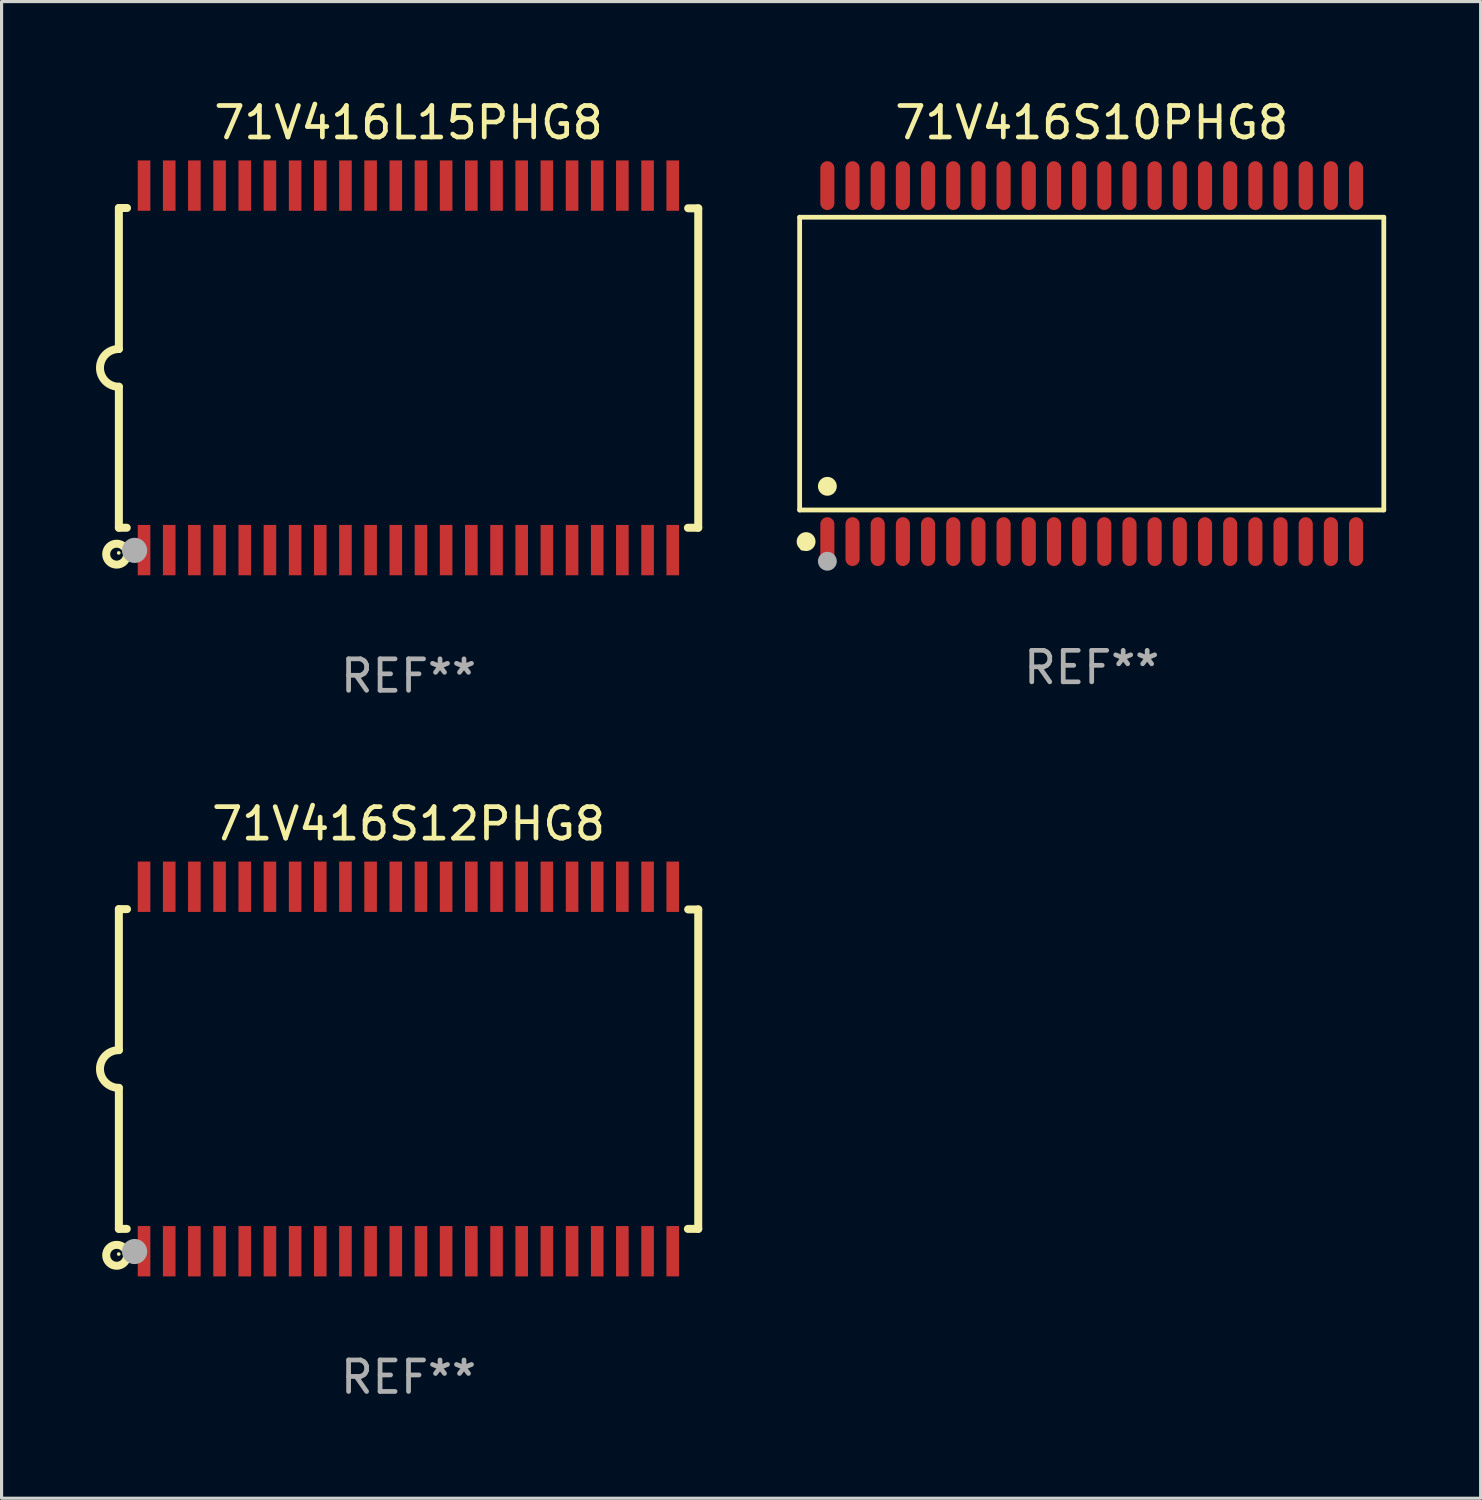
<source format=kicad_pcb>
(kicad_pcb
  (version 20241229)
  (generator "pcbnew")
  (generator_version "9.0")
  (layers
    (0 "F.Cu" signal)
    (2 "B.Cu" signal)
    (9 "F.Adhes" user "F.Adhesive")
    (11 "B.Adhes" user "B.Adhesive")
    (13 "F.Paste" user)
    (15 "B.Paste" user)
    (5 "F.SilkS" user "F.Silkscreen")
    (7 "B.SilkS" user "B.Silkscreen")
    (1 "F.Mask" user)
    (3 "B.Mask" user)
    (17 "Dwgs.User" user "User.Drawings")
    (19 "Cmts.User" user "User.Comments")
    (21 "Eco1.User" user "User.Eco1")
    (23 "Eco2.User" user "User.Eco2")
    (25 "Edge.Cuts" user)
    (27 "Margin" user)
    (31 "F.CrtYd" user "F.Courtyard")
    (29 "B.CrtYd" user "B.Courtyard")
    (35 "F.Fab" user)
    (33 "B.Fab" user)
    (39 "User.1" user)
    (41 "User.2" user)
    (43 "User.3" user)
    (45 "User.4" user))
  (footprint "71V416L15PHG8"
    (layer "F.Cu")
    (at 9.932 8.639)
    (property "Reference" "71V416L15PHG8" (at 0 -7.791 0) (layer "F.SilkS") (effects (font (size 1 1) (thickness 0.15))))
    (attr through_hole)
    (fp_line (start -9.205 -5.08) (end -9.205 -0.6) (stroke (width 0.254) (type solid)) (layer "F.SilkS"))
    (fp_line (start -9.205 5.08) (end -9.205 0.6) (stroke (width 0.254) (type solid)) (layer "F.SilkS"))
    (fp_line (start -8.955 5.08) (end -9.205 5.08) (stroke (width 0.254) (type solid)) (layer "F.SilkS"))
    (fp_line (start -8.945 -5.08) (end -9.205 -5.08) (stroke (width 0.254) (type solid)) (layer "F.SilkS"))
    (fp_line (start 8.885 -5.07) (end 9.205 -5.07) (stroke (width 0.254) (type solid)) (layer "F.SilkS"))
    (fp_line (start 9.205 -5.07) (end 9.205 5.08) (stroke (width 0.254) (type solid)) (layer "F.SilkS"))
    (fp_line (start 9.205 5.08) (end 8.875 5.08) (stroke (width 0.254) (type solid)) (layer "F.SilkS"))
    (fp_arc (start -9.204978 0.6) (mid -9.804623 0.000241) (end -9.204902 -0.599442) (stroke (width 0.254001) (type solid)) (layer "F.SilkS"))
    (fp_circle (center -9.275 5.92) (end -8.942 5.92) (stroke (width 0.254) (type solid)) (fill no) (layer "F.SilkS"))
    (fp_circle (center -9.21 5.88) (end -9.18 5.88) (stroke (width 0.06) (type solid)) (fill no) (layer "F.SilkS"))
    (fp_circle (center -8.705 5.8) (end -8.505 5.8) (stroke (width 0.4) (type solid)) (fill no) (layer "F.Fab"))
    (fp_text user "REF**" (at 0 9.791 0) (layer "F.Fab") (effects (font (size 1 1) (thickness 0.15))))
    (pad "1" smd rect (at -8.405 5.791) (size 0.4 1.6) (layers "F.Cu" "F.Mask" "F.Paste"))
    (pad "2" smd rect (at -7.605 5.791) (size 0.4 1.6) (layers "F.Cu" "F.Mask" "F.Paste"))
    (pad "3" smd rect (at -6.806 5.791) (size 0.4 1.6) (layers "F.Cu" "F.Mask" "F.Paste"))
    (pad "4" smd rect (at -6.005 5.791) (size 0.4 1.6) (layers "F.Cu" "F.Mask" "F.Paste"))
    (pad "5" smd rect (at -5.204 5.791) (size 0.4 1.6) (layers "F.Cu" "F.Mask" "F.Paste"))
    (pad "6" smd rect (at -4.405 5.791) (size 0.4 1.6) (layers "F.Cu" "F.Mask" "F.Paste"))
    (pad "7" smd rect (at -3.604 5.791) (size 0.4 1.6) (layers "F.Cu" "F.Mask" "F.Paste"))
    (pad "8" smd rect (at -2.805 5.791) (size 0.4 1.6) (layers "F.Cu" "F.Mask" "F.Paste"))
    (pad "9" smd rect (at -2.005 5.791) (size 0.4 1.6) (layers "F.Cu" "F.Mask" "F.Paste"))
    (pad "10" smd rect (at -1.206 5.791) (size 0.4 1.6) (layers "F.Cu" "F.Mask" "F.Paste"))
    (pad "11" smd rect (at -0.405 5.791) (size 0.4 1.6) (layers "F.Cu" "F.Mask" "F.Paste"))
    (pad "12" smd rect (at 0.395 5.791) (size 0.4 1.6) (layers "F.Cu" "F.Mask" "F.Paste"))
    (pad "13" smd rect (at 1.194 5.791) (size 0.4 1.6) (layers "F.Cu" "F.Mask" "F.Paste"))
    (pad "14" smd rect (at 1.995 5.791) (size 0.4 1.6) (layers "F.Cu" "F.Mask" "F.Paste"))
    (pad "15" smd rect (at 2.796 5.791) (size 0.4 1.6) (layers "F.Cu" "F.Mask" "F.Paste"))
    (pad "16" smd rect (at 3.595 5.791) (size 0.4 1.6) (layers "F.Cu" "F.Mask" "F.Paste"))
    (pad "17" smd rect (at 4.396 5.791) (size 0.4 1.6) (layers "F.Cu" "F.Mask" "F.Paste"))
    (pad "18" smd rect (at 5.196 5.791) (size 0.4 1.6) (layers "F.Cu" "F.Mask" "F.Paste"))
    (pad "19" smd rect (at 5.995 5.791) (size 0.4 1.6) (layers "F.Cu" "F.Mask" "F.Paste"))
    (pad "20" smd rect (at 6.794 5.791) (size 0.4 1.6) (layers "F.Cu" "F.Mask" "F.Paste"))
    (pad "21" smd rect (at 7.595 5.791) (size 0.4 1.6) (layers "F.Cu" "F.Mask" "F.Paste"))
    (pad "22" smd rect (at 8.395 5.791) (size 0.4 1.6) (layers "F.Cu" "F.Mask" "F.Paste"))
    (pad "23" smd rect (at 8.395 -5.791) (size 0.4 1.6) (layers "F.Cu" "F.Mask" "F.Paste"))
    (pad "24" smd rect (at 7.595 -5.791) (size 0.4 1.6) (layers "F.Cu" "F.Mask" "F.Paste"))
    (pad "25" smd rect (at 6.794 -5.791) (size 0.4 1.6) (layers "F.Cu" "F.Mask" "F.Paste"))
    (pad "26" smd rect (at 5.995 -5.791) (size 0.4 1.6) (layers "F.Cu" "F.Mask" "F.Paste"))
    (pad "27" smd rect (at 5.196 -5.791) (size 0.4 1.6) (layers "F.Cu" "F.Mask" "F.Paste"))
    (pad "28" smd rect (at 4.396 -5.791) (size 0.4 1.6) (layers "F.Cu" "F.Mask" "F.Paste"))
    (pad "29" smd rect (at 3.595 -5.791) (size 0.4 1.6) (layers "F.Cu" "F.Mask" "F.Paste"))
    (pad "30" smd rect (at 2.796 -5.791) (size 0.4 1.6) (layers "F.Cu" "F.Mask" "F.Paste"))
    (pad "31" smd rect (at 1.995 -5.791) (size 0.4 1.6) (layers "F.Cu" "F.Mask" "F.Paste"))
    (pad "32" smd rect (at 1.194 -5.791) (size 0.4 1.6) (layers "F.Cu" "F.Mask" "F.Paste"))
    (pad "33" smd rect (at 0.395 -5.791) (size 0.4 1.6) (layers "F.Cu" "F.Mask" "F.Paste"))
    (pad "34" smd rect (at -0.405 -5.791) (size 0.4 1.6) (layers "F.Cu" "F.Mask" "F.Paste"))
    (pad "35" smd rect (at -1.206 -5.791) (size 0.4 1.6) (layers "F.Cu" "F.Mask" "F.Paste"))
    (pad "36" smd rect (at -2.005 -5.791) (size 0.4 1.6) (layers "F.Cu" "F.Mask" "F.Paste"))
    (pad "37" smd rect (at -2.805 -5.791) (size 0.4 1.6) (layers "F.Cu" "F.Mask" "F.Paste"))
    (pad "38" smd rect (at -3.604 -5.791) (size 0.4 1.6) (layers "F.Cu" "F.Mask" "F.Paste"))
    (pad "39" smd rect (at -4.405 -5.791) (size 0.4 1.6) (layers "F.Cu" "F.Mask" "F.Paste"))
    (pad "40" smd rect (at -5.204 -5.791) (size 0.4 1.6) (layers "F.Cu" "F.Mask" "F.Paste"))
    (pad "41" smd rect (at -6.005 -5.791) (size 0.4 1.6) (layers "F.Cu" "F.Mask" "F.Paste"))
    (pad "42" smd rect (at -6.806 -5.791) (size 0.4 1.6) (layers "F.Cu" "F.Mask" "F.Paste"))
    (pad "43" smd rect (at -7.605 -5.791) (size 0.4 1.6) (layers "F.Cu" "F.Mask" "F.Paste"))
    (pad "44" smd rect (at -8.405 -5.791) (size 0.4 1.6) (layers "F.Cu" "F.Mask" "F.Paste")))
  (footprint "71V416S10PHG8"
    (layer "F.Cu")
    (at 31.64 8.504)
    (property "Reference" "71V416S10PHG8" (at 0 -7.656 0) (layer "F.SilkS") (effects (font (size 1 1) (thickness 0.15))))
    (attr through_hole)
    (fp_line (start -9.281 -4.651) (end 9.281 -4.651) (stroke (width 0.152) (type solid)) (layer "F.SilkS"))
    (fp_line (start -9.281 4.651) (end -9.281 -4.651) (stroke (width 0.152) (type solid)) (layer "F.SilkS"))
    (fp_line (start 9.281 -4.651) (end 9.281 4.651) (stroke (width 0.152) (type solid)) (layer "F.SilkS"))
    (fp_line (start 9.281 4.651) (end -9.281 4.651) (stroke (width 0.152) (type solid)) (layer "F.SilkS"))
    (fp_circle (center -9.205 5.88) (end -9.175 5.88) (stroke (width 0.06) (type solid)) (fill no) (layer "F.SilkS"))
    (fp_circle (center -9.076 5.656) (end -8.926 5.656) (stroke (width 0.3) (type solid)) (fill no) (layer "F.SilkS"))
    (fp_circle (center -8.4 3.899) (end -8.25 3.899) (stroke (width 0.3) (type solid)) (fill no) (layer "F.SilkS"))
    (fp_circle (center -8.4 6.28) (end -8.25 6.28) (stroke (width 0.3) (type solid)) (fill no) (layer "F.Fab"))
    (fp_text user "REF**" (at 0 9.656 0) (layer "F.Fab") (effects (font (size 1 1) (thickness 0.15))))
    (pad "1" smd oval (at -8.4 5.656) (size 0.448 1.551) (layers "F.Cu" "F.Mask" "F.Paste"))
    (pad "2" smd oval (at -7.6 5.656) (size 0.448 1.551) (layers "F.Cu" "F.Mask" "F.Paste"))
    (pad "3" smd oval (at -6.8 5.656) (size 0.448 1.551) (layers "F.Cu" "F.Mask" "F.Paste"))
    (pad "4" smd oval (at -6 5.656) (size 0.448 1.551) (layers "F.Cu" "F.Mask" "F.Paste"))
    (pad "5" smd oval (at -5.2 5.656) (size 0.448 1.551) (layers "F.Cu" "F.Mask" "F.Paste"))
    (pad "6" smd oval (at -4.4 5.656) (size 0.448 1.551) (layers "F.Cu" "F.Mask" "F.Paste"))
    (pad "7" smd oval (at -3.6 5.656) (size 0.448 1.551) (layers "F.Cu" "F.Mask" "F.Paste"))
    (pad "8" smd oval (at -2.8 5.656) (size 0.448 1.551) (layers "F.Cu" "F.Mask" "F.Paste"))
    (pad "9" smd oval (at -2 5.656) (size 0.448 1.551) (layers "F.Cu" "F.Mask" "F.Paste"))
    (pad "10" smd oval (at -1.2 5.656) (size 0.448 1.551) (layers "F.Cu" "F.Mask" "F.Paste"))
    (pad "11" smd oval (at -0.4 5.656) (size 0.448 1.551) (layers "F.Cu" "F.Mask" "F.Paste"))
    (pad "12" smd oval (at 0.4 5.656) (size 0.448 1.551) (layers "F.Cu" "F.Mask" "F.Paste"))
    (pad "13" smd oval (at 1.2 5.656) (size 0.448 1.551) (layers "F.Cu" "F.Mask" "F.Paste"))
    (pad "14" smd oval (at 2 5.656) (size 0.448 1.551) (layers "F.Cu" "F.Mask" "F.Paste"))
    (pad "15" smd oval (at 2.8 5.656) (size 0.448 1.551) (layers "F.Cu" "F.Mask" "F.Paste"))
    (pad "16" smd oval (at 3.6 5.656) (size 0.448 1.551) (layers "F.Cu" "F.Mask" "F.Paste"))
    (pad "17" smd oval (at 4.4 5.656) (size 0.448 1.551) (layers "F.Cu" "F.Mask" "F.Paste"))
    (pad "18" smd oval (at 5.2 5.656) (size 0.448 1.551) (layers "F.Cu" "F.Mask" "F.Paste"))
    (pad "19" smd oval (at 6 5.656) (size 0.448 1.551) (layers "F.Cu" "F.Mask" "F.Paste"))
    (pad "20" smd oval (at 6.8 5.656) (size 0.448 1.551) (layers "F.Cu" "F.Mask" "F.Paste"))
    (pad "21" smd oval (at 7.6 5.656) (size 0.448 1.551) (layers "F.Cu" "F.Mask" "F.Paste"))
    (pad "22" smd oval (at 8.4 5.656) (size 0.448 1.551) (layers "F.Cu" "F.Mask" "F.Paste"))
    (pad "23" smd oval (at 8.4 -5.656) (size 0.448 1.551) (layers "F.Cu" "F.Mask" "F.Paste"))
    (pad "24" smd oval (at 7.6 -5.656) (size 0.448 1.551) (layers "F.Cu" "F.Mask" "F.Paste"))
    (pad "25" smd oval (at 6.8 -5.656) (size 0.448 1.551) (layers "F.Cu" "F.Mask" "F.Paste"))
    (pad "26" smd oval (at 6 -5.656) (size 0.448 1.551) (layers "F.Cu" "F.Mask" "F.Paste"))
    (pad "27" smd oval (at 5.2 -5.656) (size 0.448 1.551) (layers "F.Cu" "F.Mask" "F.Paste"))
    (pad "28" smd oval (at 4.4 -5.656) (size 0.448 1.551) (layers "F.Cu" "F.Mask" "F.Paste"))
    (pad "29" smd oval (at 3.6 -5.656) (size 0.448 1.551) (layers "F.Cu" "F.Mask" "F.Paste"))
    (pad "30" smd oval (at 2.8 -5.656) (size 0.448 1.551) (layers "F.Cu" "F.Mask" "F.Paste"))
    (pad "31" smd oval (at 2 -5.656) (size 0.448 1.551) (layers "F.Cu" "F.Mask" "F.Paste"))
    (pad "32" smd oval (at 1.2 -5.656) (size 0.448 1.551) (layers "F.Cu" "F.Mask" "F.Paste"))
    (pad "33" smd oval (at 0.4 -5.656) (size 0.448 1.551) (layers "F.Cu" "F.Mask" "F.Paste"))
    (pad "34" smd oval (at -0.4 -5.656) (size 0.448 1.551) (layers "F.Cu" "F.Mask" "F.Paste"))
    (pad "35" smd oval (at -1.2 -5.656) (size 0.448 1.551) (layers "F.Cu" "F.Mask" "F.Paste"))
    (pad "36" smd oval (at -2 -5.656) (size 0.448 1.551) (layers "F.Cu" "F.Mask" "F.Paste"))
    (pad "37" smd oval (at -2.8 -5.656) (size 0.448 1.551) (layers "F.Cu" "F.Mask" "F.Paste"))
    (pad "38" smd oval (at -3.6 -5.656) (size 0.448 1.551) (layers "F.Cu" "F.Mask" "F.Paste"))
    (pad "39" smd oval (at -4.4 -5.656) (size 0.448 1.551) (layers "F.Cu" "F.Mask" "F.Paste"))
    (pad "40" smd oval (at -5.2 -5.656) (size 0.448 1.551) (layers "F.Cu" "F.Mask" "F.Paste"))
    (pad "41" smd oval (at -6 -5.656) (size 0.448 1.551) (layers "F.Cu" "F.Mask" "F.Paste"))
    (pad "42" smd oval (at -6.8 -5.656) (size 0.448 1.551) (layers "F.Cu" "F.Mask" "F.Paste"))
    (pad "43" smd oval (at -7.6 -5.656) (size 0.448 1.551) (layers "F.Cu" "F.Mask" "F.Paste"))
    (pad "44" smd oval (at -8.4 -5.656) (size 0.448 1.551) (layers "F.Cu" "F.Mask" "F.Paste")))
  (footprint "71V416S12PHG8"
    (layer "F.Cu")
    (at 9.932 30.918)
    (property "Reference" "71V416S12PHG8" (at 0 -7.791 0) (layer "F.SilkS") (effects (font (size 1 1) (thickness 0.15))))
    (attr through_hole)
    (fp_line (start -9.205 -5.08) (end -9.205 -0.6) (stroke (width 0.254) (type solid)) (layer "F.SilkS"))
    (fp_line (start -9.205 5.08) (end -9.205 0.6) (stroke (width 0.254) (type solid)) (layer "F.SilkS"))
    (fp_line (start -8.955 5.08) (end -9.205 5.08) (stroke (width 0.254) (type solid)) (layer "F.SilkS"))
    (fp_line (start -8.945 -5.08) (end -9.205 -5.08) (stroke (width 0.254) (type solid)) (layer "F.SilkS"))
    (fp_line (start 8.885 -5.07) (end 9.205 -5.07) (stroke (width 0.254) (type solid)) (layer "F.SilkS"))
    (fp_line (start 9.205 -5.07) (end 9.205 5.08) (stroke (width 0.254) (type solid)) (layer "F.SilkS"))
    (fp_line (start 9.205 5.08) (end 8.875 5.08) (stroke (width 0.254) (type solid)) (layer "F.SilkS"))
    (fp_arc (start -9.204978 0.6) (mid -9.804623 0.000241) (end -9.204902 -0.599442) (stroke (width 0.254001) (type solid)) (layer "F.SilkS"))
    (fp_circle (center -9.275 5.92) (end -8.942 5.92) (stroke (width 0.254) (type solid)) (fill no) (layer "F.SilkS"))
    (fp_circle (center -9.21 5.88) (end -9.18 5.88) (stroke (width 0.06) (type solid)) (fill no) (layer "F.SilkS"))
    (fp_circle (center -8.705 5.8) (end -8.505 5.8) (stroke (width 0.4) (type solid)) (fill no) (layer "F.Fab"))
    (fp_text user "REF**" (at 0 9.791 0) (layer "F.Fab") (effects (font (size 1 1) (thickness 0.15))))
    (pad "1" smd rect (at -8.405 5.791) (size 0.4 1.6) (layers "F.Cu" "F.Mask" "F.Paste"))
    (pad "2" smd rect (at -7.605 5.791) (size 0.4 1.6) (layers "F.Cu" "F.Mask" "F.Paste"))
    (pad "3" smd rect (at -6.806 5.791) (size 0.4 1.6) (layers "F.Cu" "F.Mask" "F.Paste"))
    (pad "4" smd rect (at -6.005 5.791) (size 0.4 1.6) (layers "F.Cu" "F.Mask" "F.Paste"))
    (pad "5" smd rect (at -5.204 5.791) (size 0.4 1.6) (layers "F.Cu" "F.Mask" "F.Paste"))
    (pad "6" smd rect (at -4.405 5.791) (size 0.4 1.6) (layers "F.Cu" "F.Mask" "F.Paste"))
    (pad "7" smd rect (at -3.604 5.791) (size 0.4 1.6) (layers "F.Cu" "F.Mask" "F.Paste"))
    (pad "8" smd rect (at -2.805 5.791) (size 0.4 1.6) (layers "F.Cu" "F.Mask" "F.Paste"))
    (pad "9" smd rect (at -2.005 5.791) (size 0.4 1.6) (layers "F.Cu" "F.Mask" "F.Paste"))
    (pad "10" smd rect (at -1.206 5.791) (size 0.4 1.6) (layers "F.Cu" "F.Mask" "F.Paste"))
    (pad "11" smd rect (at -0.405 5.791) (size 0.4 1.6) (layers "F.Cu" "F.Mask" "F.Paste"))
    (pad "12" smd rect (at 0.395 5.791) (size 0.4 1.6) (layers "F.Cu" "F.Mask" "F.Paste"))
    (pad "13" smd rect (at 1.194 5.791) (size 0.4 1.6) (layers "F.Cu" "F.Mask" "F.Paste"))
    (pad "14" smd rect (at 1.995 5.791) (size 0.4 1.6) (layers "F.Cu" "F.Mask" "F.Paste"))
    (pad "15" smd rect (at 2.796 5.791) (size 0.4 1.6) (layers "F.Cu" "F.Mask" "F.Paste"))
    (pad "16" smd rect (at 3.595 5.791) (size 0.4 1.6) (layers "F.Cu" "F.Mask" "F.Paste"))
    (pad "17" smd rect (at 4.396 5.791) (size 0.4 1.6) (layers "F.Cu" "F.Mask" "F.Paste"))
    (pad "18" smd rect (at 5.196 5.791) (size 0.4 1.6) (layers "F.Cu" "F.Mask" "F.Paste"))
    (pad "19" smd rect (at 5.995 5.791) (size 0.4 1.6) (layers "F.Cu" "F.Mask" "F.Paste"))
    (pad "20" smd rect (at 6.794 5.791) (size 0.4 1.6) (layers "F.Cu" "F.Mask" "F.Paste"))
    (pad "21" smd rect (at 7.595 5.791) (size 0.4 1.6) (layers "F.Cu" "F.Mask" "F.Paste"))
    (pad "22" smd rect (at 8.395 5.791) (size 0.4 1.6) (layers "F.Cu" "F.Mask" "F.Paste"))
    (pad "23" smd rect (at 8.395 -5.791) (size 0.4 1.6) (layers "F.Cu" "F.Mask" "F.Paste"))
    (pad "24" smd rect (at 7.595 -5.791) (size 0.4 1.6) (layers "F.Cu" "F.Mask" "F.Paste"))
    (pad "25" smd rect (at 6.794 -5.791) (size 0.4 1.6) (layers "F.Cu" "F.Mask" "F.Paste"))
    (pad "26" smd rect (at 5.995 -5.791) (size 0.4 1.6) (layers "F.Cu" "F.Mask" "F.Paste"))
    (pad "27" smd rect (at 5.196 -5.791) (size 0.4 1.6) (layers "F.Cu" "F.Mask" "F.Paste"))
    (pad "28" smd rect (at 4.396 -5.791) (size 0.4 1.6) (layers "F.Cu" "F.Mask" "F.Paste"))
    (pad "29" smd rect (at 3.595 -5.791) (size 0.4 1.6) (layers "F.Cu" "F.Mask" "F.Paste"))
    (pad "30" smd rect (at 2.796 -5.791) (size 0.4 1.6) (layers "F.Cu" "F.Mask" "F.Paste"))
    (pad "31" smd rect (at 1.995 -5.791) (size 0.4 1.6) (layers "F.Cu" "F.Mask" "F.Paste"))
    (pad "32" smd rect (at 1.194 -5.791) (size 0.4 1.6) (layers "F.Cu" "F.Mask" "F.Paste"))
    (pad "33" smd rect (at 0.395 -5.791) (size 0.4 1.6) (layers "F.Cu" "F.Mask" "F.Paste"))
    (pad "34" smd rect (at -0.405 -5.791) (size 0.4 1.6) (layers "F.Cu" "F.Mask" "F.Paste"))
    (pad "35" smd rect (at -1.206 -5.791) (size 0.4 1.6) (layers "F.Cu" "F.Mask" "F.Paste"))
    (pad "36" smd rect (at -2.005 -5.791) (size 0.4 1.6) (layers "F.Cu" "F.Mask" "F.Paste"))
    (pad "37" smd rect (at -2.805 -5.791) (size 0.4 1.6) (layers "F.Cu" "F.Mask" "F.Paste"))
    (pad "38" smd rect (at -3.604 -5.791) (size 0.4 1.6) (layers "F.Cu" "F.Mask" "F.Paste"))
    (pad "39" smd rect (at -4.405 -5.791) (size 0.4 1.6) (layers "F.Cu" "F.Mask" "F.Paste"))
    (pad "40" smd rect (at -5.204 -5.791) (size 0.4 1.6) (layers "F.Cu" "F.Mask" "F.Paste"))
    (pad "41" smd rect (at -6.005 -5.791) (size 0.4 1.6) (layers "F.Cu" "F.Mask" "F.Paste"))
    (pad "42" smd rect (at -6.806 -5.791) (size 0.4 1.6) (layers "F.Cu" "F.Mask" "F.Paste"))
    (pad "43" smd rect (at -7.605 -5.791) (size 0.4 1.6) (layers "F.Cu" "F.Mask" "F.Paste"))
    (pad "44" smd rect (at -8.405 -5.791) (size 0.4 1.6) (layers "F.Cu" "F.Mask" "F.Paste")))
  (gr_rect
    (start -3 -3)
    (end 43.998 44.558)
    (stroke (width 0.1) (type default))
    (fill no)
    (layer "Edge.Cuts")))
</source>
